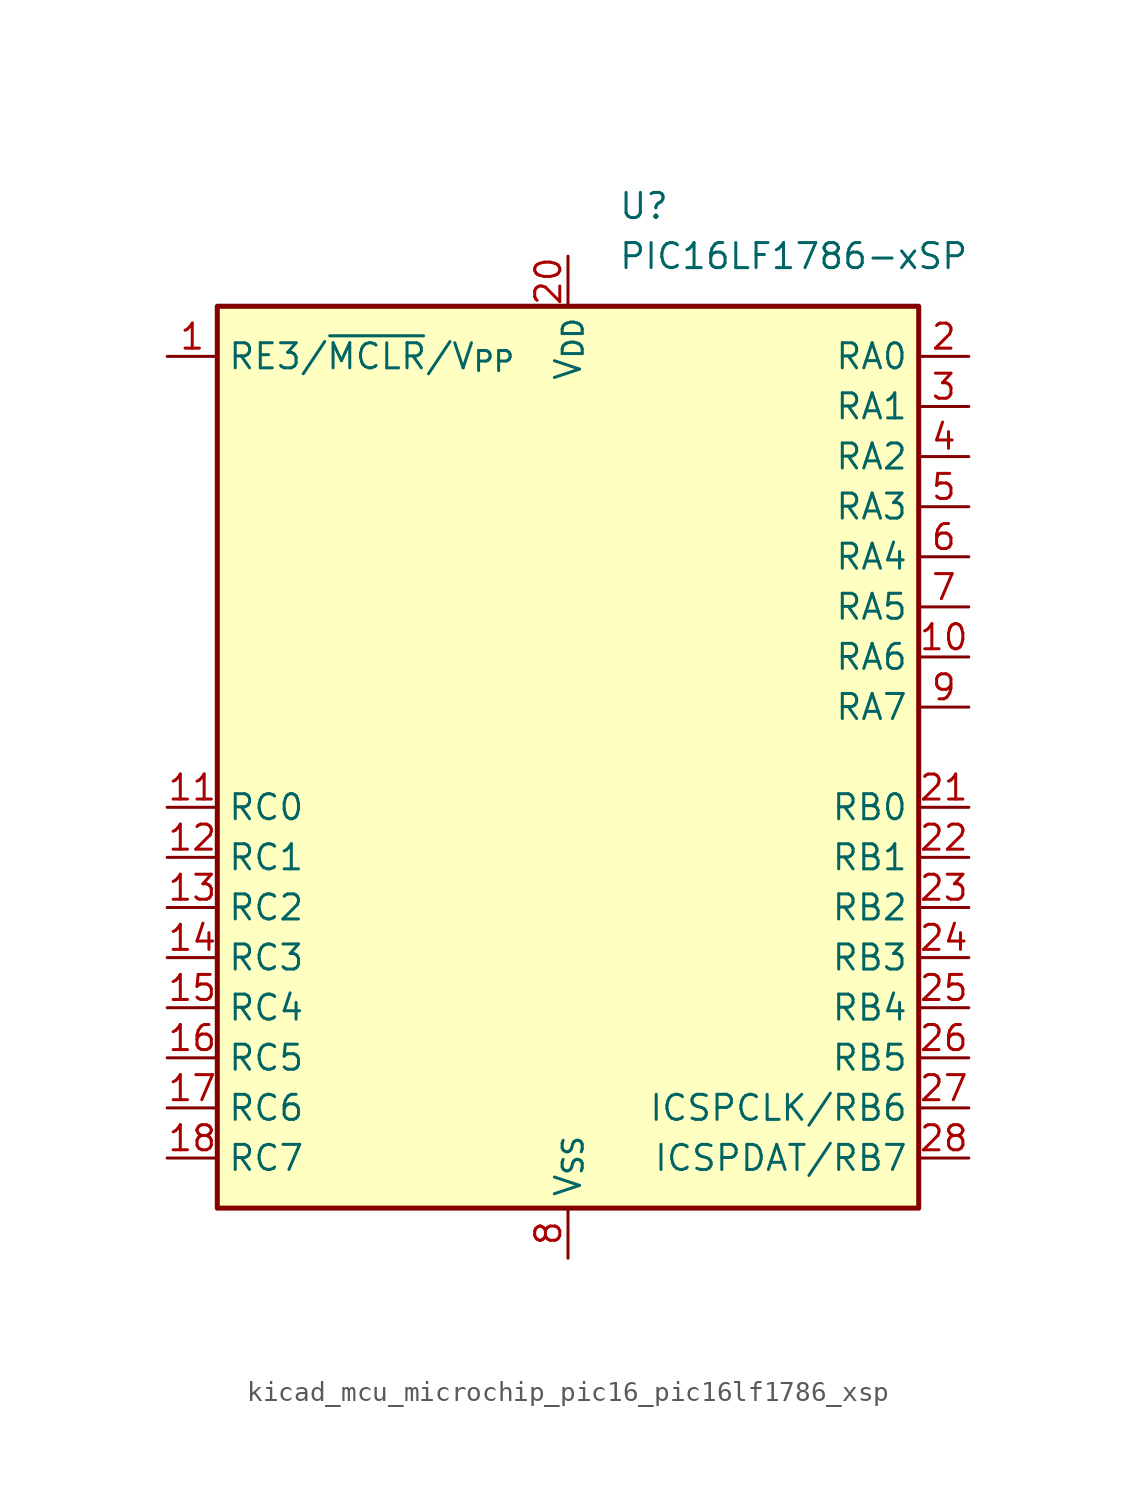
<source format=kicad_sym>
(kicad_symbol_lib
  (version 20220914)
  (generator kicad_symbol_editor)
  (symbol "kicad_mcu_microchip_pic16_pic16lf1786_xsp"
    (property "Reference" "U"
      (at 2.54 27.94 0)
      (effects (font (size 1.27 1.27)) (justify left)))
    (property "Value" "PIC16LF1786-xSP"
      (at 2.54 25.4 0)
      (effects (font (size 1.27 1.27)) (justify left)))
    (symbol "kicad_mcu_microchip_pic16_pic16lf1786_xsp_0_1"
      (rectangle (start -17.78 -22.86) (end 17.78 22.86) (stroke (width 0.254) (type default)) (fill (type background))))
    (symbol "kicad_mcu_microchip_pic16_pic16lf1786_xsp_1_1"
      (pin input line (at -20.32 20.32 0) (length 2.54) (name "RE3/~{MCLR}/V_{PP}" (effects (font (size 1.27 1.27)))) (number "1" (effects (font (size 1.27 1.27)))))
      (pin bidirectional line (at 20.32 5.08 180) (length 2.54) (name "RA6" (effects (font (size 1.27 1.27)))) (number "10" (effects (font (size 1.27 1.27)))))
      (pin bidirectional line (at -20.32 -2.54 0) (length 2.54) (name "RC0" (effects (font (size 1.27 1.27)))) (number "11" (effects (font (size 1.27 1.27)))))
      (pin bidirectional line (at -20.32 -5.08 0) (length 2.54) (name "RC1" (effects (font (size 1.27 1.27)))) (number "12" (effects (font (size 1.27 1.27)))))
      (pin bidirectional line (at -20.32 -7.62 0) (length 2.54) (name "RC2" (effects (font (size 1.27 1.27)))) (number "13" (effects (font (size 1.27 1.27)))))
      (pin bidirectional line (at -20.32 -10.16 0) (length 2.54) (name "RC3" (effects (font (size 1.27 1.27)))) (number "14" (effects (font (size 1.27 1.27)))))
      (pin bidirectional line (at -20.32 -12.7 0) (length 2.54) (name "RC4" (effects (font (size 1.27 1.27)))) (number "15" (effects (font (size 1.27 1.27)))))
      (pin bidirectional line (at -20.32 -15.24 0) (length 2.54) (name "RC5" (effects (font (size 1.27 1.27)))) (number "16" (effects (font (size 1.27 1.27)))))
      (pin bidirectional line (at -20.32 -17.78 0) (length 2.54) (name "RC6" (effects (font (size 1.27 1.27)))) (number "17" (effects (font (size 1.27 1.27)))))
      (pin bidirectional line (at -20.32 -20.32 0) (length 2.54) (name "RC7" (effects (font (size 1.27 1.27)))) (number "18" (effects (font (size 1.27 1.27)))))
      (pin passive line (at 0 -25.4 90) (length 2.54) hide (name "V_{SS}" (effects (font (size 1.27 1.27)))) (number "19" (effects (font (size 1.27 1.27)))))
      (pin bidirectional line (at 20.32 20.32 180) (length 2.54) (name "RA0" (effects (font (size 1.27 1.27)))) (number "2" (effects (font (size 1.27 1.27)))))
      (pin power_in line (at 0 25.4 270) (length 2.54) (name "V_{DD}" (effects (font (size 1.27 1.27)))) (number "20" (effects (font (size 1.27 1.27)))))
      (pin bidirectional line (at 20.32 -2.54 180) (length 2.54) (name "RB0" (effects (font (size 1.27 1.27)))) (number "21" (effects (font (size 1.27 1.27)))))
      (pin bidirectional line (at 20.32 -5.08 180) (length 2.54) (name "RB1" (effects (font (size 1.27 1.27)))) (number "22" (effects (font (size 1.27 1.27)))))
      (pin bidirectional line (at 20.32 -7.62 180) (length 2.54) (name "RB2" (effects (font (size 1.27 1.27)))) (number "23" (effects (font (size 1.27 1.27)))))
      (pin bidirectional line (at 20.32 -10.16 180) (length 2.54) (name "RB3" (effects (font (size 1.27 1.27)))) (number "24" (effects (font (size 1.27 1.27)))))
      (pin bidirectional line (at 20.32 -12.7 180) (length 2.54) (name "RB4" (effects (font (size 1.27 1.27)))) (number "25" (effects (font (size 1.27 1.27)))))
      (pin bidirectional line (at 20.32 -15.24 180) (length 2.54) (name "RB5" (effects (font (size 1.27 1.27)))) (number "26" (effects (font (size 1.27 1.27)))))
      (pin bidirectional line (at 20.32 -17.78 180) (length 2.54) (name "ICSPCLK/RB6" (effects (font (size 1.27 1.27)))) (number "27" (effects (font (size 1.27 1.27)))))
      (pin bidirectional line (at 20.32 -20.32 180) (length 2.54) (name "ICSPDAT/RB7" (effects (font (size 1.27 1.27)))) (number "28" (effects (font (size 1.27 1.27)))))
      (pin bidirectional line (at 20.32 17.78 180) (length 2.54) (name "RA1" (effects (font (size 1.27 1.27)))) (number "3" (effects (font (size 1.27 1.27)))))
      (pin bidirectional line (at 20.32 15.24 180) (length 2.54) (name "RA2" (effects (font (size 1.27 1.27)))) (number "4" (effects (font (size 1.27 1.27)))))
      (pin bidirectional line (at 20.32 12.7 180) (length 2.54) (name "RA3" (effects (font (size 1.27 1.27)))) (number "5" (effects (font (size 1.27 1.27)))))
      (pin bidirectional line (at 20.32 10.16 180) (length 2.54) (name "RA4" (effects (font (size 1.27 1.27)))) (number "6" (effects (font (size 1.27 1.27)))))
      (pin bidirectional line (at 20.32 7.62 180) (length 2.54) (name "RA5" (effects (font (size 1.27 1.27)))) (number "7" (effects (font (size 1.27 1.27)))))
      (pin power_in line (at 0 -25.4 90) (length 2.54) (name "V_{SS}" (effects (font (size 1.27 1.27)))) (number "8" (effects (font (size 1.27 1.27)))))
      (pin bidirectional line (at 20.32 2.54 180) (length 2.54) (name "RA7" (effects (font (size 1.27 1.27)))) (number "9" (effects (font (size 1.27 1.27))))))))
</source>
